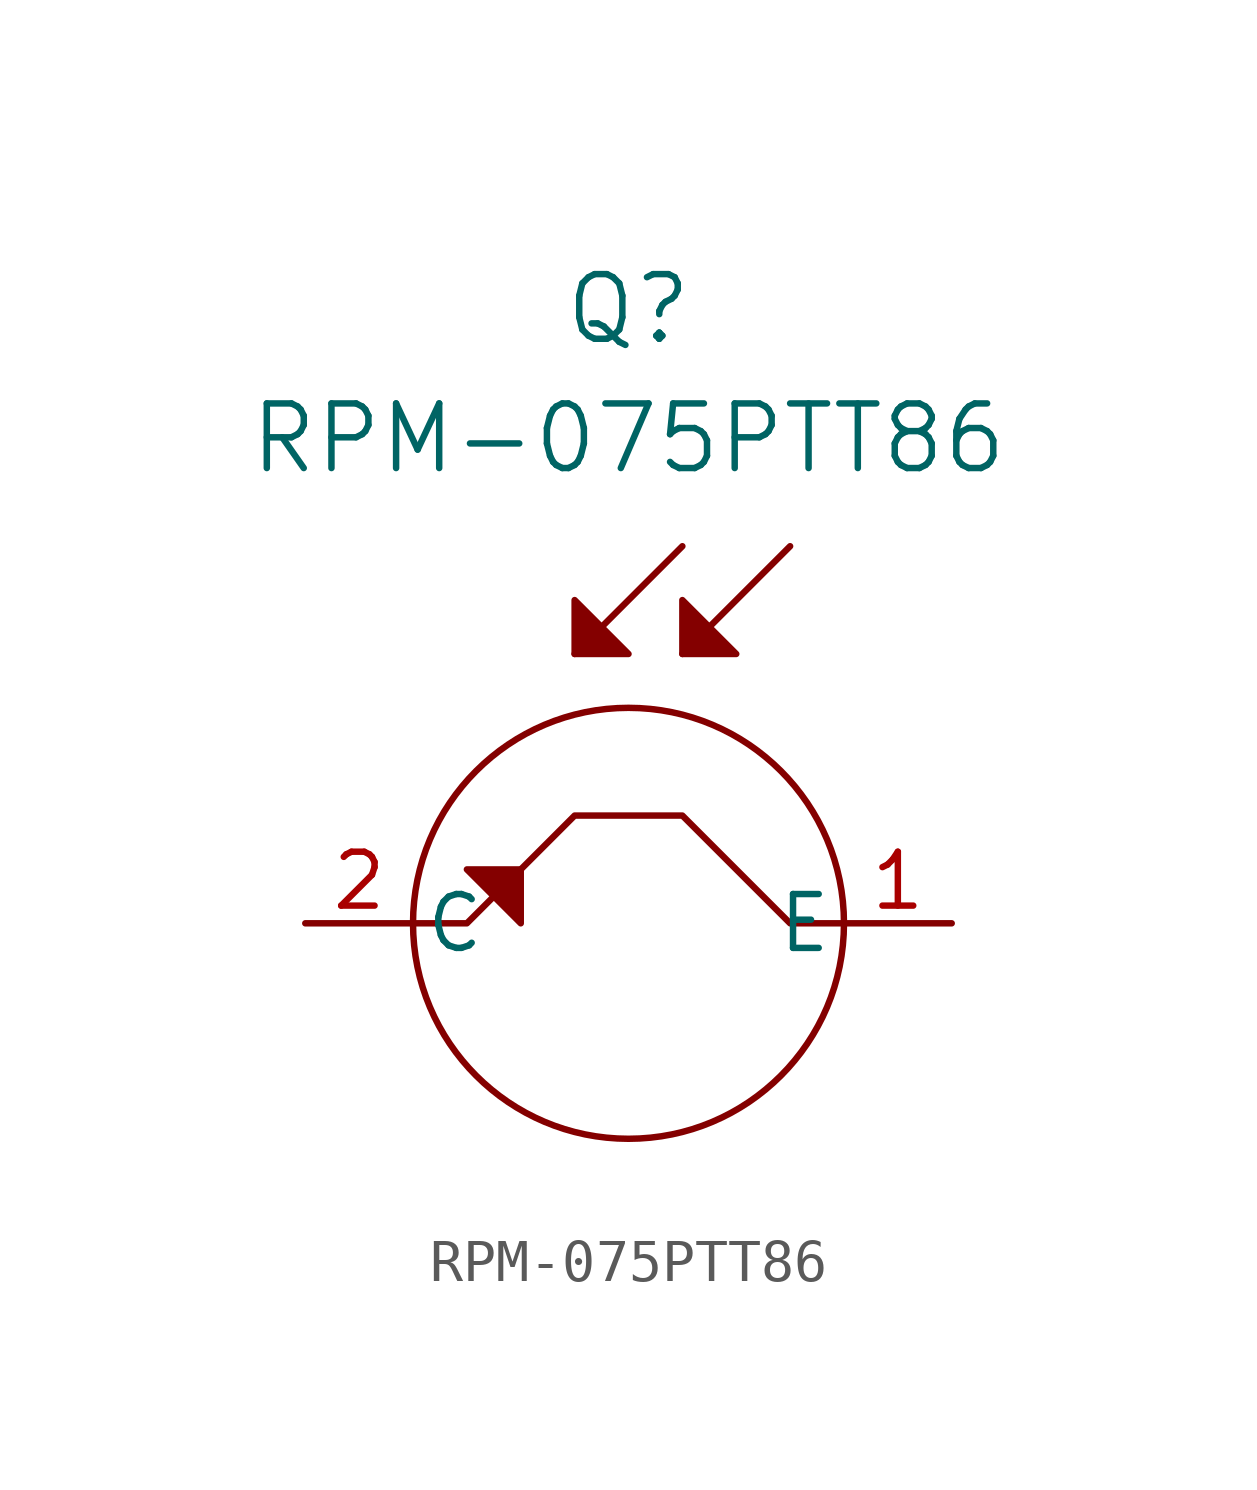
<source format=kicad_sym>
(kicad_symbol_lib
  (version 20241209)
  (generator "kicad_symbol_editor")
  (generator_version "9.0")
  (symbol "RPM-075PTT86"
    (pin_names
      (offset 0.254))
    (property "Reference" "Q"
      (at 0 14.478 0)
      (effects (font (size 1.524 1.524))))
    (property "Value" "RPM-075PTT86"
      (at 0 11.43 0)
      (effects (font (size 1.524 1.524))))
    (property "ki_locked" ""
      (at 0 0 0)
      (effects (font (size 1.27 1.27))))
    (symbol "RPM-075PTT86_1_1"
      (polyline (pts (xy -5.08 0) (xy -3.81 0) (xy -1.27 2.54) (xy 1.27 2.54) (xy 3.81 0) (xy 5.08 0)) (stroke (width 0) (type default)) (fill (type none)))
      (polyline (pts (xy -3.81 1.27) (xy -2.54 1.27) (xy -2.54 0) (xy -3.81 1.27)) (stroke (width 0) (type solid)) (fill (type outline)))
      (polyline (pts (xy -1.27 6.35) (xy 1.27 8.89)) (stroke (width 0) (type default)) (fill (type none)))
      (polyline (pts (xy 0 6.35) (xy -1.27 6.35) (xy -1.27 7.62) (xy 0 6.35)) (stroke (width 0) (type solid)) (fill (type outline)))
      (circle (center 0 0) (radius 5.08) (stroke (width 0) (type default)) (fill (type none)))
      (polyline (pts (xy 1.27 6.35) (xy 3.81 8.89)) (stroke (width 0) (type default)) (fill (type none)))
      (polyline (pts (xy 2.54 6.35) (xy 1.27 6.35) (xy 1.27 7.62) (xy 2.54 6.35)) (stroke (width 0) (type solid)) (fill (type outline)))
      (pin unspecified line (at -7.62 0 0) (length 2.54) (name "C" (effects (font (size 1.27 1.27)))) (number "2" (effects (font (size 1.27 1.27)))))
      (pin unspecified line (at 7.62 0 180) (length 2.54) (name "E" (effects (font (size 1.27 1.27)))) (number "1" (effects (font (size 1.27 1.27))))))))
</source>
